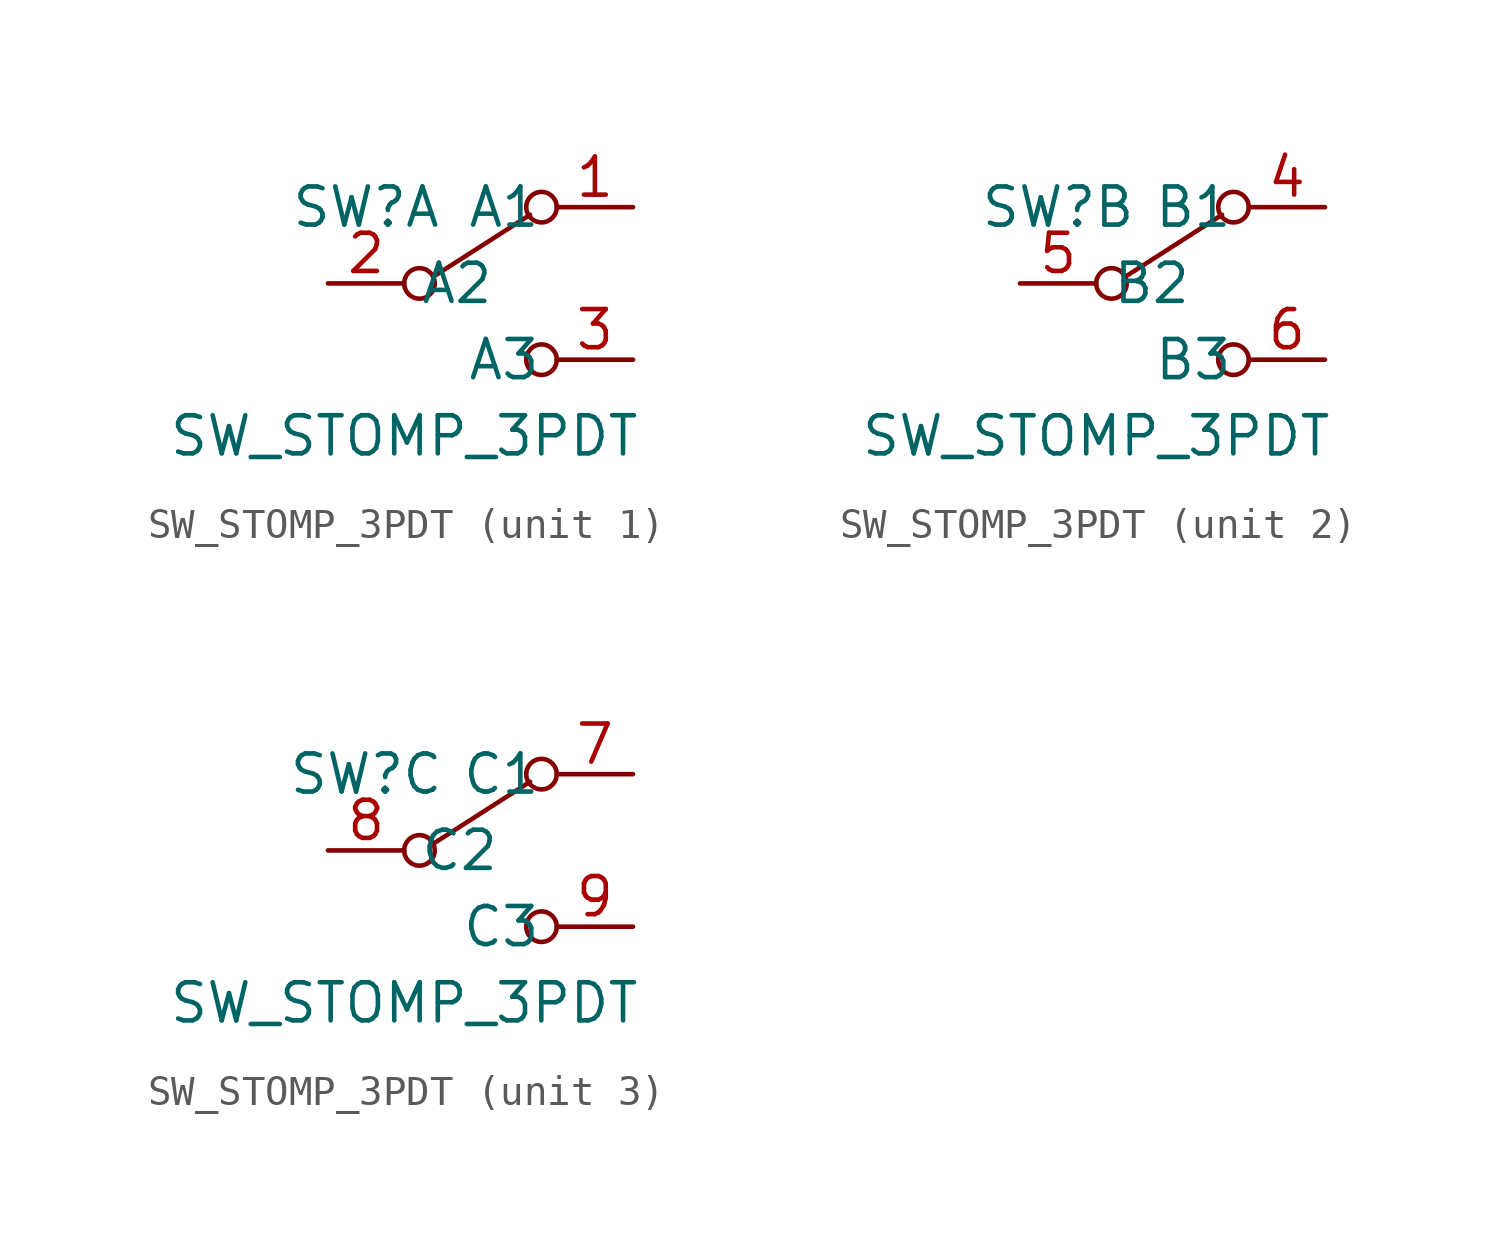
<source format=kicad_sym>
(kicad_symbol_lib
  (version 20220914)
  (generator kicad_symbol_editor)
  (symbol "SW_STOMP_3PDT"
    (property "Reference" "SW"
      (at 1.27 2.54 0)
      (effects (font (size 1.27 1.27))))
    (property "Value" "SW_STOMP_3PDT"
      (at 2.54 -5.08 0)
      (effects (font (size 1.27 1.27))))
    (symbol "SW_STOMP_3PDT_0_0"
      (circle (center 3.048 0) (radius 0.508) (stroke (width 0) (type default)) (fill (type none)))
      (circle (center 7.112 -2.54) (radius 0.508) (stroke (width 0) (type default)) (fill (type none))))
    (symbol "SW_STOMP_3PDT_0_1"
      (polyline (pts (xy 3.556 0.254) (xy 6.731 2.286)) (stroke (width 0) (type default)) (fill (type none)))
      (circle (center 7.112 2.54) (radius 0.508) (stroke (width 0) (type default)) (fill (type none))))
    (symbol "SW_STOMP_3PDT_1_1"
      (pin passive line (at 10.16 2.54 180) (length 2.54) (name "A1" (effects (font (size 1.27 1.27)))) (number "1" (effects (font (size 1.27 1.27)))))
      (pin passive line (at 0 0 0) (length 2.54) (name "A2" (effects (font (size 1.27 1.27)))) (number "2" (effects (font (size 1.27 1.27)))))
      (pin passive line (at 10.16 -2.54 180) (length 2.54) (name "A3" (effects (font (size 1.27 1.27)))) (number "3" (effects (font (size 1.27 1.27))))))
    (symbol "SW_STOMP_3PDT_2_1"
      (pin passive line (at 10.16 2.54 180) (length 2.54) (name "B1" (effects (font (size 1.27 1.27)))) (number "4" (effects (font (size 1.27 1.27)))))
      (pin passive line (at 0 0 0) (length 2.54) (name "B2" (effects (font (size 1.27 1.27)))) (number "5" (effects (font (size 1.27 1.27)))))
      (pin passive line (at 10.16 -2.54 180) (length 2.54) (name "B3" (effects (font (size 1.27 1.27)))) (number "6" (effects (font (size 1.27 1.27))))))
    (symbol "SW_STOMP_3PDT_3_1"
      (pin passive line (at 10.16 2.54 180) (length 2.54) (name "C1" (effects (font (size 1.27 1.27)))) (number "7" (effects (font (size 1.27 1.27)))))
      (pin passive line (at 0 0 0) (length 2.54) (name "C2" (effects (font (size 1.27 1.27)))) (number "8" (effects (font (size 1.27 1.27)))))
      (pin passive line (at 10.16 -2.54 180) (length 2.54) (name "C3" (effects (font (size 1.27 1.27)))) (number "9" (effects (font (size 1.27 1.27))))))))
</source>
